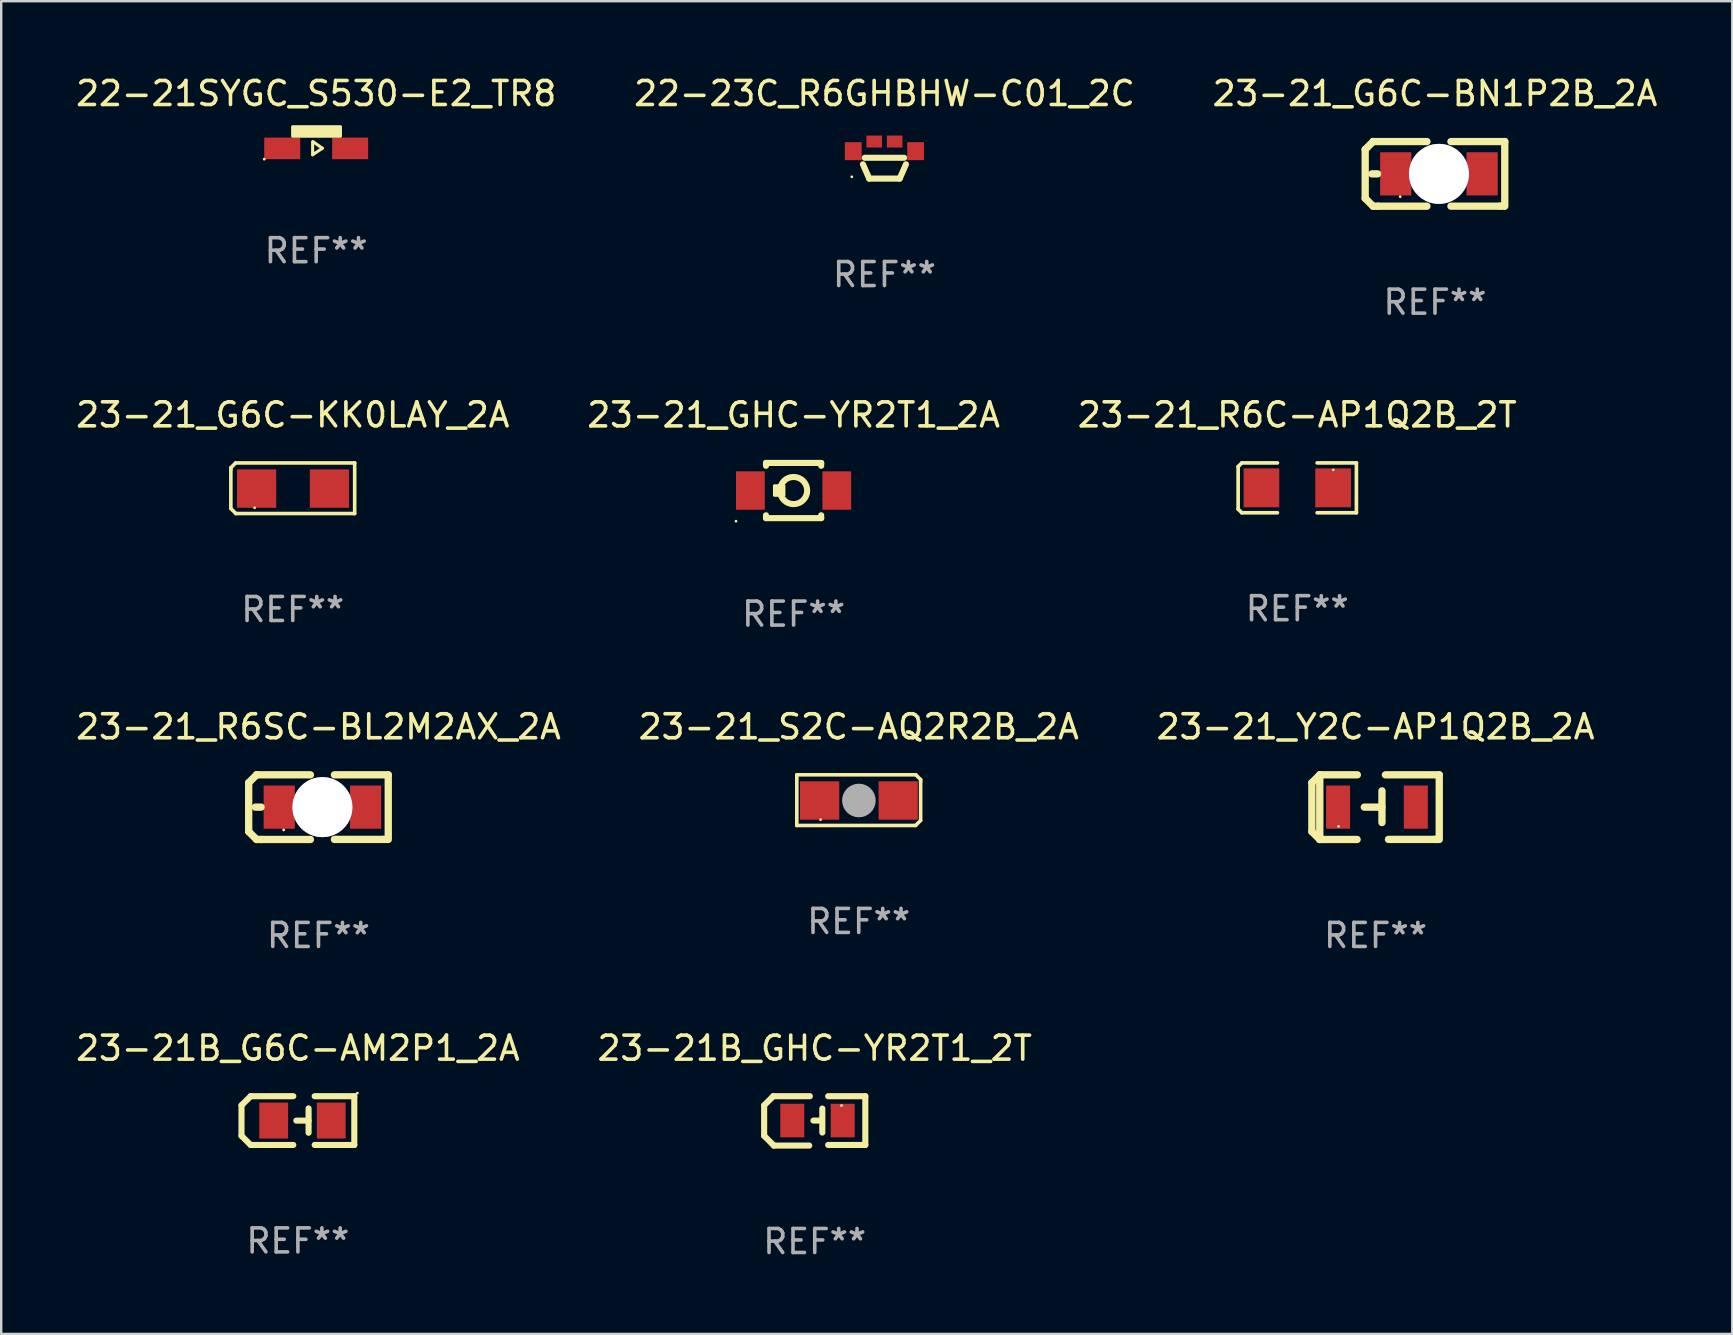
<source format=kicad_pcb>
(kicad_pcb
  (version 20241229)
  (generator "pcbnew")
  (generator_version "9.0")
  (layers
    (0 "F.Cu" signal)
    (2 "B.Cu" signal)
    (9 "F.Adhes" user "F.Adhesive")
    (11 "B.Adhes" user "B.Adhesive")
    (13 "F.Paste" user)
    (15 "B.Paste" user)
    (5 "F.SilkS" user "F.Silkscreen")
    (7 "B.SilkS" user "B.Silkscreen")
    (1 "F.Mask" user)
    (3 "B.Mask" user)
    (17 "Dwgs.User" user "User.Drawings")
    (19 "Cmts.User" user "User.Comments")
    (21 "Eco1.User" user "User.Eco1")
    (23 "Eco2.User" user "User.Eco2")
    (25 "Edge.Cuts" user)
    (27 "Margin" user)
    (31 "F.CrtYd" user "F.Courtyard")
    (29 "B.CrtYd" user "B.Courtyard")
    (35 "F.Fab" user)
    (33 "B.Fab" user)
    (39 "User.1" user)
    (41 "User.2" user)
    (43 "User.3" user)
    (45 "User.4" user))
  (footprint "23-21_R6SC-BL2M2AX_2A"
    (layer "F.Cu")
    (at 10.22 30.583)
    (property "Reference" "23-21_R6SC-BL2M2AX_2A" (at 0 -3.347 0) (layer "F.SilkS") (effects (font (size 1 1) (thickness 0.15))))
    (attr through_hole)
    (fp_line (start -2.908 -1.017) (end -2.908 1.017) (stroke (width 0.305) (type solid)) (layer "F.SilkS"))
    (fp_line (start -2.908 1.017) (end -2.578 1.347) (stroke (width 0.305) (type solid)) (layer "F.SilkS"))
    (fp_line (start -2.629 -0.001) (end -2.391 -0.001) (stroke (width 0.305) (type solid)) (layer "F.SilkS"))
    (fp_line (start -2.578 -1.347) (end -2.908 -1.017) (stroke (width 0.305) (type solid)) (layer "F.SilkS"))
    (fp_line (start -2.578 -1.347) (end -2.578 -1.347) (stroke (width 0.305) (type solid)) (layer "F.SilkS"))
    (fp_line (start -2.578 -1.347) (end -0.335 -1.347) (stroke (width 0.305) (type solid)) (layer "F.SilkS"))
    (fp_line (start -2.578 1.347) (end -2.375 1.347) (stroke (width 0.305) (type solid)) (layer "F.SilkS"))
    (fp_line (start -2.375 1.347) (end -0.335 1.347) (stroke (width 0.305) (type solid)) (layer "F.SilkS"))
    (fp_line (start 0.394 -0.678) (end 0.394 0.642) (stroke (width 0.305) (type solid)) (layer "F.SilkS"))
    (fp_line (start 0.394 -0.001) (end -0.343 -0.001) (stroke (width 0.305) (type solid)) (layer "F.SilkS"))
    (fp_line (start 2.705 1.345) (end 0.665 1.345) (stroke (width 0.305) (type solid)) (layer "F.SilkS"))
    (fp_line (start 2.883 1.345) (end 2.705 1.345) (stroke (width 0.305) (type solid)) (layer "F.SilkS"))
    (fp_line (start 2.908 -1.347) (end 0.665 -1.347) (stroke (width 0.305) (type solid)) (layer "F.SilkS"))
    (fp_line (start 2.908 -1.347) (end 2.908 1.345) (stroke (width 0.305) (type solid)) (layer "F.SilkS"))
    (fp_circle (center -1.449 0.949) (end -1.419 0.949) (stroke (width 0.06) (type solid)) (fill no) (layer "F.SilkS"))
    (fp_text user "REF**" (at 0 5.347 0) (layer "F.Fab") (effects (font (size 1 1) (thickness 0.15))))
    (pad "1" smd rect (at -1.635 -0.001 180) (size 1.3 1.8) (layers "F.Cu" "F.Mask" "F.Paste"))
    (pad "2" smd rect (at 1.965 -0.001) (size 1.3 1.8) (layers "F.Cu" "F.Mask" "F.Paste"))
    (pad "3" thru_hole circle (at 0.165 -0.001) (size 2.5 2.5) (drill 2.5) (layers "*.Cu" "*.Mask")))
  (footprint "23-21_G6C-KK0LAY_2A"
    (layer "F.Cu")
    (at 9.149 17.294)
    (property "Reference" "23-21_G6C-KK0LAY_2A" (at 0 -3.055 0) (layer "F.SilkS") (effects (font (size 1 1) (thickness 0.15))))
    (attr through_hole)
    (fp_line (start -2.58 -0.855) (end -2.38 -1.055) (stroke (width 0.15) (type solid)) (layer "F.SilkS"))
    (fp_line (start -2.58 -0.775) (end -2.58 -0.855) (stroke (width 0.15) (type solid)) (layer "F.SilkS"))
    (fp_line (start -2.58 -0.775) (end -2.58 0.845) (stroke (width 0.15) (type solid)) (layer "F.SilkS"))
    (fp_line (start -2.58 0.845) (end -2.37 1.055) (stroke (width 0.15) (type solid)) (layer "F.SilkS"))
    (fp_line (start -2.38 -1.055) (end 2.58 -1.055) (stroke (width 0.15) (type solid)) (layer "F.SilkS"))
    (fp_line (start 2.58 -1.055) (end 2.58 1.055) (stroke (width 0.15) (type solid)) (layer "F.SilkS"))
    (fp_line (start 2.58 1.055) (end -2.37 1.055) (stroke (width 0.15) (type solid)) (layer "F.SilkS"))
    (fp_circle (center -1.59 0.815) (end -1.56 0.815) (stroke (width 0.06) (type solid)) (fill no) (layer "F.SilkS"))
    (fp_text user "REF**" (at 0 5.055 0) (layer "F.Fab") (effects (font (size 1 1) (thickness 0.15))))
    (pad "1" smd rect (at -1.507 0.015) (size 1.635 1.6) (layers "F.Cu" "F.Mask" "F.Paste"))
    (pad "2" smd rect (at 1.527 0.015) (size 1.635 1.6) (layers "F.Cu" "F.Mask" "F.Paste")))
  (footprint "23-21B_GHC-YR2T1_2T"
    (layer "F.Cu")
    (at 30.899 43.656)
    (property "Reference" "23-21B_GHC-YR2T1_2T" (at 0 -3.029 0) (layer "F.SilkS") (effects (font (size 1 1) (thickness 0.15))))
    (attr through_hole)
    (fp_line (start -2.108 -0.648) (end -1.727 -1.029) (stroke (width 0.254) (type solid)) (layer "F.SilkS"))
    (fp_line (start -2.108 0.622) (end -2.108 -0.648) (stroke (width 0.254) (type solid)) (layer "F.SilkS"))
    (fp_line (start -1.727 -1.029) (end -0.203 -1.029) (stroke (width 0.254) (type solid)) (layer "F.SilkS"))
    (fp_line (start -1.702 1.029) (end -2.108 0.622) (stroke (width 0.254) (type solid)) (layer "F.SilkS"))
    (fp_line (start -0.229 1.029) (end -1.702 1.029) (stroke (width 0.254) (type solid)) (layer "F.SilkS"))
    (fp_line (start 0.216 -0.014) (end -0.053 -0.014) (stroke (width 0.254) (type solid)) (layer "F.SilkS"))
    (fp_line (start 0.316 -0.514) (end 0.316 0.486) (stroke (width 0.254) (type solid)) (layer "F.SilkS"))
    (fp_line (start 0.559 1.003) (end 2.108 1.003) (stroke (width 0.254) (type solid)) (layer "F.SilkS"))
    (fp_line (start 2.108 -1.029) (end 0.559 -1.029) (stroke (width 0.254) (type solid)) (layer "F.SilkS"))
    (fp_line (start 2.108 1.003) (end 2.108 -1.029) (stroke (width 0.254) (type solid)) (layer "F.SilkS"))
    (fp_circle (center 1.116 -0.639) (end 1.146 -0.639) (stroke (width 0.06) (type solid)) (fill no) (layer "F.SilkS"))
    (fp_text user "REF**" (at 0 5.029 0) (layer "F.Fab") (effects (font (size 1 1) (thickness 0.15))))
    (pad "1" smd rect (at 1.166 -0.014 180) (size 1 1.4) (layers "F.Cu" "F.Mask" "F.Paste"))
    (pad "2" smd rect (at -0.935 -0.014 180) (size 1 1.4) (layers "F.Cu" "F.Mask" "F.Paste")))
  (footprint "23-21_GHC-YR2T1_2A"
    (layer "F.Cu")
    (at 30.018 17.39)
    (property "Reference" "23-21_GHC-YR2T1_2A" (at 0 -3.15 0) (layer "F.SilkS") (effects (font (size 1 1) (thickness 0.15))))
    (attr through_hole)
    (fp_line (start -1.15 -1.15) (end -1.15 -1.031) (stroke (width 0.254) (type solid)) (layer "F.SilkS"))
    (fp_line (start -1.15 1.031) (end -1.15 1.15) (stroke (width 0.254) (type solid)) (layer "F.SilkS"))
    (fp_line (start -1.15 1.15) (end 1.15 1.15) (stroke (width 0.254) (type solid)) (layer "F.SilkS"))
    (fp_line (start 1.15 -1.15) (end -1.15 -1.15) (stroke (width 0.254) (type solid)) (layer "F.SilkS"))
    (fp_line (start 1.15 -1.15) (end 1.15 -1.031) (stroke (width 0.254) (type solid)) (layer "F.SilkS"))
    (fp_line (start 1.15 1.031) (end 1.15 1.15) (stroke (width 0.254) (type solid)) (layer "F.SilkS"))
    (fp_circle (center -2.4 1.277) (end -2.37 1.277) (stroke (width 0.06) (type solid)) (fill no) (layer "F.SilkS"))
    (fp_circle (center 0 0) (end 0.566 0) (stroke (width 0.254) (type solid)) (fill no) (layer "F.SilkS"))
    (fp_poly (pts (xy -0.8 -0.2) (xy -0.4 -0.2) (xy -0.4 0.2) (xy -0.8 0.2)) (stroke (width 0.12) (type solid)) (fill yes) (layer "F.SilkS"))
    (fp_text user "REF**" (at 0 5.15 0) (layer "F.Fab") (effects (font (size 1 1) (thickness 0.15))))
    (pad "1" smd rect (at -1.8 0 180) (size 1.2 1.6) (layers "F.Cu" "F.Mask" "F.Paste"))
    (pad "2" smd rect (at 1.8 0) (size 1.2 1.6) (layers "F.Cu" "F.Mask" "F.Paste")))
  (footprint "23-21_Y2C-AP1Q2B_2A"
    (layer "F.Cu")
    (at 54.268 30.583)
    (property "Reference" "23-21_Y2C-AP1Q2B_2A" (at 0 -3.347 0) (layer "F.SilkS") (effects (font (size 1 1) (thickness 0.15))))
    (attr through_hole)
    (fp_line (start -2.654 -1.017) (end -2.654 1.017) (stroke (width 0.305) (type solid)) (layer "F.SilkS"))
    (fp_line (start -2.654 1.017) (end -2.324 1.347) (stroke (width 0.305) (type solid)) (layer "F.SilkS"))
    (fp_line (start -2.324 -1.347) (end -2.654 -1.017) (stroke (width 0.305) (type solid)) (layer "F.SilkS"))
    (fp_line (start -2.324 -1.347) (end -2.324 1.347) (stroke (width 0.305) (type solid)) (layer "F.SilkS"))
    (fp_line (start -2.324 -1.347) (end -0.759 -1.347) (stroke (width 0.305) (type solid)) (layer "F.SilkS"))
    (fp_line (start -2.324 1.347) (end -0.769 1.347) (stroke (width 0.305) (type solid)) (layer "F.SilkS"))
    (fp_line (start 0.267 -0.678) (end 0.267 0.642) (stroke (width 0.305) (type solid)) (layer "F.SilkS"))
    (fp_line (start 0.267 -0.001) (end -0.47 -0.001) (stroke (width 0.305) (type solid)) (layer "F.SilkS"))
    (fp_line (start 2.578 1.345) (end 0.538 1.345) (stroke (width 0.305) (type solid)) (layer "F.SilkS"))
    (fp_line (start 2.629 1.345) (end 2.451 1.345) (stroke (width 0.305) (type solid)) (layer "F.SilkS"))
    (fp_line (start 2.654 -1.347) (end 0.411 -1.347) (stroke (width 0.305) (type solid)) (layer "F.SilkS"))
    (fp_line (start 2.654 -1.347) (end 2.654 1.345) (stroke (width 0.305) (type solid)) (layer "F.SilkS"))
    (fp_circle (center -1.542 0.799) (end -1.512 0.799) (stroke (width 0.06) (type solid)) (fill no) (layer "F.SilkS"))
    (fp_text user "REF**" (at 0 5.347 0) (layer "F.Fab") (effects (font (size 1 1) (thickness 0.15))))
    (pad "1" smd rect (at -1.562 -0.001 180) (size 1 1.8) (layers "F.Cu" "F.Mask" "F.Paste"))
    (pad "2" smd rect (at 1.678 -0.001 180) (size 1 1.8) (layers "F.Cu" "F.Mask" "F.Paste")))
  (footprint "22-23C_R6GHBHW-C01_2C"
    (layer "F.Cu")
    (at 33.804 3.62)
    (property "Reference" "22-23C_R6GHBHW-C01_2C" (at 0 -2.772 0) (layer "F.SilkS") (effects (font (size 1 1) (thickness 0.15))))
    (attr through_hole)
    (fp_line (start -0.819 -0.096) (end 0.819 -0.096) (stroke (width 0.254) (type solid)) (layer "F.SilkS"))
    (fp_line (start -0.635 0.772) (end -0.896 0.176) (stroke (width 0.254) (type solid)) (layer "F.SilkS"))
    (fp_line (start 0.635 0.772) (end -0.635 0.772) (stroke (width 0.254) (type solid)) (layer "F.SilkS"))
    (fp_line (start 0.635 0.772) (end 0.896 0.176) (stroke (width 0.254) (type solid)) (layer "F.SilkS"))
    (fp_circle (center -1.361 0.697) (end -1.331 0.697) (stroke (width 0.06) (type solid)) (fill no) (layer "F.SilkS"))
    (fp_text user "REF**" (at 0 4.772 0) (layer "F.Fab") (effects (font (size 1 1) (thickness 0.15))))
    (pad "1" smd rect (at -1.3 -0.371) (size 0.7 0.75) (layers "F.Cu" "F.Mask" "F.Paste"))
    (pad "2" smd rect (at -0.425 -0.772) (size 0.65 0.5) (layers "F.Cu" "F.Mask" "F.Paste"))
    (pad "3" smd rect (at 0.425 -0.772) (size 0.65 0.5) (layers "F.Cu" "F.Mask" "F.Paste"))
    (pad "4" smd rect (at 1.3 -0.371) (size 0.7 0.75) (layers "F.Cu" "F.Mask" "F.Paste")))
  (footprint "23-21_G6C-BN1P2B_2A"
    (layer "F.Cu")
    (at 56.744 4.196)
    (property "Reference" "23-21_G6C-BN1P2B_2A" (at 0 -3.347 0) (layer "F.SilkS") (effects (font (size 1 1) (thickness 0.15))))
    (attr through_hole)
    (fp_line (start -2.908 -1.017) (end -2.908 1.017) (stroke (width 0.305) (type solid)) (layer "F.SilkS"))
    (fp_line (start -2.908 1.017) (end -2.578 1.347) (stroke (width 0.305) (type solid)) (layer "F.SilkS"))
    (fp_line (start -2.629 -0.001) (end -2.391 -0.001) (stroke (width 0.305) (type solid)) (layer "F.SilkS"))
    (fp_line (start -2.578 -1.347) (end -2.908 -1.017) (stroke (width 0.305) (type solid)) (layer "F.SilkS"))
    (fp_line (start -2.578 -1.347) (end -2.578 -1.347) (stroke (width 0.305) (type solid)) (layer "F.SilkS"))
    (fp_line (start -2.578 -1.347) (end -0.335 -1.347) (stroke (width 0.305) (type solid)) (layer "F.SilkS"))
    (fp_line (start -2.578 1.347) (end -2.375 1.347) (stroke (width 0.305) (type solid)) (layer "F.SilkS"))
    (fp_line (start -2.375 1.347) (end -0.335 1.347) (stroke (width 0.305) (type solid)) (layer "F.SilkS"))
    (fp_line (start 0.394 -0.678) (end 0.394 0.642) (stroke (width 0.305) (type solid)) (layer "F.SilkS"))
    (fp_line (start 0.394 -0.001) (end -0.343 -0.001) (stroke (width 0.305) (type solid)) (layer "F.SilkS"))
    (fp_line (start 2.705 1.345) (end 0.665 1.345) (stroke (width 0.305) (type solid)) (layer "F.SilkS"))
    (fp_line (start 2.883 1.345) (end 2.705 1.345) (stroke (width 0.305) (type solid)) (layer "F.SilkS"))
    (fp_line (start 2.908 -1.347) (end 0.665 -1.347) (stroke (width 0.305) (type solid)) (layer "F.SilkS"))
    (fp_line (start 2.908 -1.347) (end 2.908 1.345) (stroke (width 0.305) (type solid)) (layer "F.SilkS"))
    (fp_circle (center -1.449 0.949) (end -1.419 0.949) (stroke (width 0.06) (type solid)) (fill no) (layer "F.SilkS"))
    (fp_text user "REF**" (at 0 5.347 0) (layer "F.Fab") (effects (font (size 1 1) (thickness 0.15))))
    (pad "1" smd rect (at -1.635 -0.001 180) (size 1.3 1.8) (layers "F.Cu" "F.Mask" "F.Paste"))
    (pad "2" smd rect (at 1.965 -0.001) (size 1.3 1.8) (layers "F.Cu" "F.Mask" "F.Paste"))
    (pad "3" thru_hole circle (at 0.165 -0.001) (size 2.5 2.5) (drill 2.5) (layers "*.Cu" "*.Mask")))
  (footprint "22-21SYGC_S530-E2_TR8"
    (layer "F.Cu")
    (at 10.125 3.123)
    (property "Reference" "22-21SYGC_S530-E2_TR8" (at 0 -2.275 0) (layer "F.SilkS") (effects (font (size 1 1) (thickness 0.15))))
    (attr through_hole)
    (fp_line (start -0.148 -0.255) (end -0.148 0.275) (stroke (width 0.127) (type solid)) (layer "F.SilkS"))
    (fp_line (start -0.148 0.275) (end 0.258 0.005) (stroke (width 0.127) (type solid)) (layer "F.SilkS"))
    (fp_line (start 0.258 0.005) (end -0.138 -0.275) (stroke (width 0.127) (type solid)) (layer "F.SilkS"))
    (fp_circle (center -2.165 0.46) (end -2.135 0.46) (stroke (width 0.06) (type solid)) (fill no) (layer "F.SilkS"))
    (fp_poly (pts (xy -0.985 -0.895) (xy 1.015 -0.895) (xy 1.015 -0.495) (xy -0.985 -0.495)) (stroke (width 0.12) (type solid)) (fill yes) (layer "F.SilkS"))
    (fp_text user "REF**" (at 0 4.275 0) (layer "F.Fab") (effects (font (size 1 1) (thickness 0.15))))
    (pad "1" smd rect (at -1.415 0.01) (size 1.5 0.9) (layers "F.Cu" "F.Mask" "F.Paste"))
    (pad "2" smd rect (at 1.415 0.01) (size 1.5 0.9) (layers "F.Cu" "F.Mask" "F.Paste")))
  (footprint "23-21_R6C-AP1Q2B_2T"
    (layer "F.Cu")
    (at 51.006 17.278)
    (property "Reference" "23-21_R6C-AP1Q2B_2T" (at 0 -3.039 0) (layer "F.SilkS") (effects (font (size 1 1) (thickness 0.15))))
    (attr through_hole)
    (fp_line (start -2.464 -0.886) (end -2.311 -1.039) (stroke (width 0.152) (type solid)) (layer "F.SilkS"))
    (fp_line (start -2.464 0.886) (end -2.464 -0.886) (stroke (width 0.152) (type solid)) (layer "F.SilkS"))
    (fp_line (start -2.311 -1.039) (end -0.826 -1.039) (stroke (width 0.152) (type solid)) (layer "F.SilkS"))
    (fp_line (start -2.311 1.039) (end -2.464 0.886) (stroke (width 0.152) (type solid)) (layer "F.SilkS"))
    (fp_line (start -0.826 1.039) (end -2.311 1.039) (stroke (width 0.152) (type solid)) (layer "F.SilkS"))
    (fp_line (start 0.826 1.039) (end 2.464 1.039) (stroke (width 0.152) (type solid)) (layer "F.SilkS"))
    (fp_line (start 2.464 -1.039) (end 0.826 -1.039) (stroke (width 0.152) (type solid)) (layer "F.SilkS"))
    (fp_line (start 2.464 1.039) (end 2.464 -1.039) (stroke (width 0.152) (type solid)) (layer "F.SilkS"))
    (fp_circle (center 1.5 -0.75) (end 1.53 -0.75) (stroke (width 0.06) (type solid)) (fill no) (layer "F.SilkS"))
    (fp_text user "REF**" (at 0 5.039 0) (layer "F.Fab") (effects (font (size 1 1) (thickness 0.15))))
    (pad "1" smd rect (at 1.493 0) (size 1.485 1.62) (layers "F.Cu" "F.Mask" "F.Paste"))
    (pad "2" smd rect (at -1.493 0) (size 1.485 1.62) (layers "F.Cu" "F.Mask" "F.Paste")))
  (footprint "23-21B_G6C-AM2P1_2A"
    (layer "F.Cu")
    (at 9.363 43.643)
    (property "Reference" "23-21B_G6C-AM2P1_2A" (at 0 -3.016 0) (layer "F.SilkS") (effects (font (size 1 1) (thickness 0.15))))
    (attr through_hole)
    (fp_line (start -2.35 -0.635) (end -1.969 -1.016) (stroke (width 0.254) (type solid)) (layer "F.SilkS"))
    (fp_line (start -2.35 0.635) (end -2.35 -0.635) (stroke (width 0.254) (type solid)) (layer "F.SilkS"))
    (fp_line (start -1.969 1.016) (end -2.35 0.635) (stroke (width 0.254) (type solid)) (layer "F.SilkS"))
    (fp_line (start -0.191 -1.016) (end -1.969 -1.016) (stroke (width 0.254) (type solid)) (layer "F.SilkS"))
    (fp_line (start -0.191 1.016) (end -1.969 1.016) (stroke (width 0.254) (type solid)) (layer "F.SilkS"))
    (fp_line (start 0.445 -0.508) (end 0.445 0.508) (stroke (width 0.254) (type solid)) (layer "F.SilkS"))
    (fp_line (start 0.445 0.002) (end -0.064 0.002) (stroke (width 0.254) (type solid)) (layer "F.SilkS"))
    (fp_line (start 0.699 -1.016) (end 2.35 -1.016) (stroke (width 0.254) (type solid)) (layer "F.SilkS"))
    (fp_line (start 2.35 -1.016) (end 2.35 1.016) (stroke (width 0.254) (type solid)) (layer "F.SilkS"))
    (fp_line (start 2.35 1.016) (end 0.699 1.016) (stroke (width 0.254) (type solid)) (layer "F.SilkS"))
    (fp_circle (center 2.477 -1.143) (end 2.507 -1.143) (stroke (width 0.06) (type solid)) (fill no) (layer "F.SilkS"))
    (fp_text user "REF**" (at 0 5.016 0) (layer "F.Fab") (effects (font (size 1 1) (thickness 0.15))))
    (pad "1" smd rect (at 1.39 0 90) (size 1.5 1.2) (layers "F.Cu" "F.Mask" "F.Paste"))
    (pad "2" smd rect (at -1.009 0 90) (size 1.5 1.2) (layers "F.Cu" "F.Mask" "F.Paste")))
  (footprint "23-21_S2C-AQ2R2B_2A"
    (layer "F.Cu")
    (at 32.732 30.291)
    (property "Reference" "23-21_S2C-AQ2R2B_2A" (at 0 -3.055 0) (layer "F.SilkS") (effects (font (size 1 1) (thickness 0.15))))
    (attr through_hole)
    (fp_line (start -2.58 -1.055) (end -2.58 1.055) (stroke (width 0.15) (type solid)) (layer "F.SilkS"))
    (fp_line (start -2.58 1.055) (end 2.37 1.055) (stroke (width 0.15) (type solid)) (layer "F.SilkS"))
    (fp_line (start 2.38 -1.055) (end -2.58 -1.055) (stroke (width 0.15) (type solid)) (layer "F.SilkS"))
    (fp_line (start 2.58 -0.855) (end 2.38 -1.055) (stroke (width 0.15) (type solid)) (layer "F.SilkS"))
    (fp_line (start 2.58 -0.775) (end 2.58 -0.855) (stroke (width 0.15) (type solid)) (layer "F.SilkS"))
    (fp_line (start 2.58 -0.775) (end 2.58 0.845) (stroke (width 0.15) (type solid)) (layer "F.SilkS"))
    (fp_line (start 2.58 0.845) (end 2.37 1.055) (stroke (width 0.15) (type solid)) (layer "F.SilkS"))
    (fp_circle (center -1.59 0.815) (end -1.56 0.815) (stroke (width 0.06) (type solid)) (fill no) (layer "F.SilkS"))
    (fp_circle (center 0.007 0.015) (end 0.357 0.015) (stroke (width 0.7) (type solid)) (fill no) (layer "F.Fab"))
    (fp_text user "REF**" (at 0 5.055 0) (layer "F.Fab") (effects (font (size 1 1) (thickness 0.15))))
    (pad "1" smd rect (at -1.629 0.015) (size 1.635 1.6) (layers "F.Cu" "F.Mask" "F.Paste"))
    (pad "2" smd rect (at 1.644 0.015) (size 1.635 1.6) (layers "F.Cu" "F.Mask" "F.Paste")))
  (gr_rect
    (start -3 -3)
    (end 69.131 52.533)
    (stroke (width 0.1) (type default))
    (fill no)
    (layer "Edge.Cuts")))
</source>
